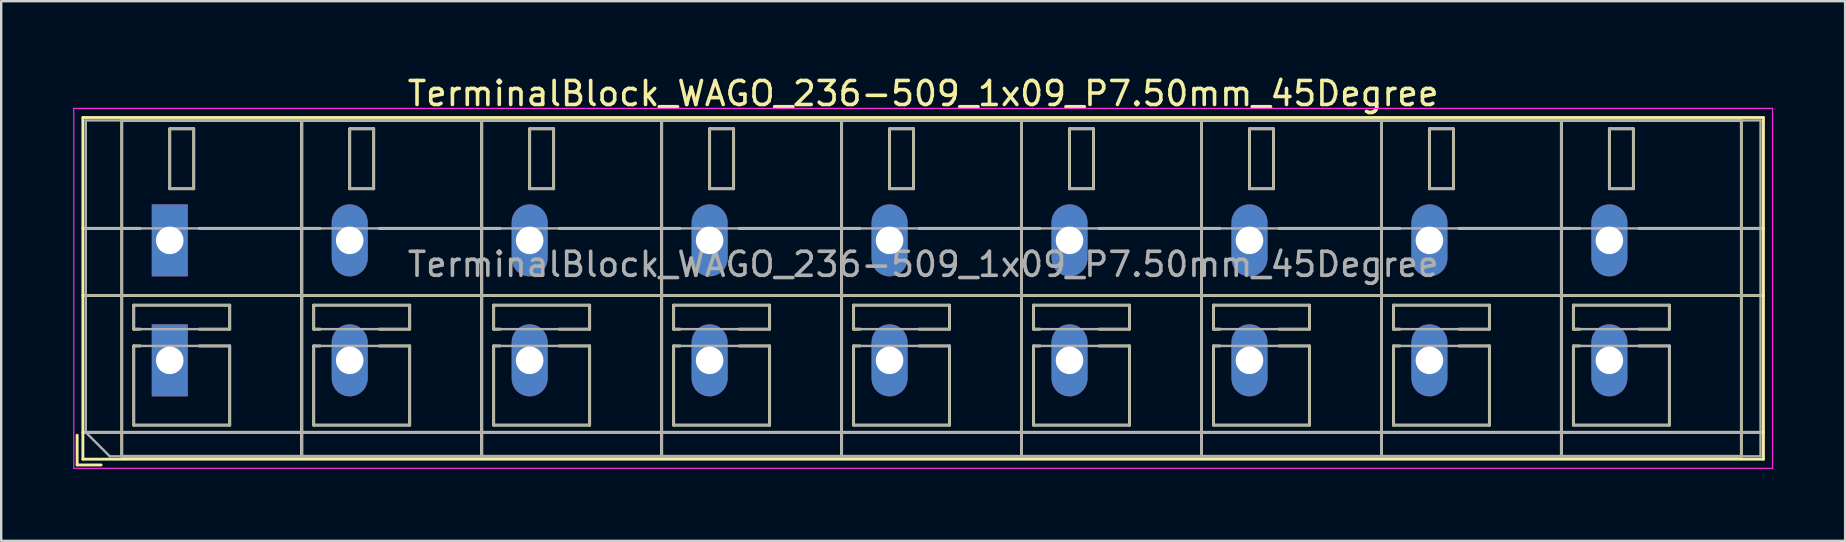
<source format=kicad_pcb>
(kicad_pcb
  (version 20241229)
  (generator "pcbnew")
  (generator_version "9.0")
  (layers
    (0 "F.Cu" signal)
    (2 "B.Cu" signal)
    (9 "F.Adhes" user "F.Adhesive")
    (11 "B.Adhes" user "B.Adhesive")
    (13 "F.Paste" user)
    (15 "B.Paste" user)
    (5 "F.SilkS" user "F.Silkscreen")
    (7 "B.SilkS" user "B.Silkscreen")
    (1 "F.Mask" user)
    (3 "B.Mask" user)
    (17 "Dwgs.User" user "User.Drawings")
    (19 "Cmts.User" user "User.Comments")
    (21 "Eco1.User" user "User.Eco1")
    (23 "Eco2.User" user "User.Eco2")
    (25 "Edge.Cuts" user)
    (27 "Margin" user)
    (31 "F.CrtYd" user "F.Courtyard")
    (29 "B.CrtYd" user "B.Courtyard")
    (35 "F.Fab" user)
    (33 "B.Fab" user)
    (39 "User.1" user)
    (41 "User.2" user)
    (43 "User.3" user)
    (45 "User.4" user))
  (footprint "TerminalBlock_WAGO_236-509_1x09_P7.50mm_45Degree"
    (layer "F.Cu")
    (at 4.025 6.968)
    (property "Reference" "TerminalBlock_WAGO_236-509_1x09_P7.50mm_45Degree" (at 31.4 -6.12 0) (layer "F.SilkS") (effects (font (size 1 1) (thickness 0.15))))
    (attr through_hole)
    (fp_line (start -3.86 8.12) (end -3.86 9.36) (stroke (width 0.12) (type solid)) (layer "F.SilkS"))
    (fp_line (start -3.86 9.36) (end -2.86 9.36) (stroke (width 0.12) (type solid)) (layer "F.SilkS"))
    (fp_line (start -3.62 -5.12) (end -3.62 9.12) (stroke (width 0.12) (type solid)) (layer "F.SilkS"))
    (fp_line (start -3.62 -5.12) (end 66.42 -5.12) (stroke (width 0.12) (type solid)) (layer "F.SilkS"))
    (fp_line (start -3.62 -0.5) (end -1.23 -0.5) (stroke (width 0.12) (type solid)) (layer "F.SilkS"))
    (fp_line (start -3.62 2.3) (end 66.42 2.3) (stroke (width 0.12) (type solid)) (layer "F.SilkS"))
    (fp_line (start -3.62 8) (end 66.42 8) (stroke (width 0.12) (type solid)) (layer "F.SilkS"))
    (fp_line (start -3.62 9.12) (end 66.42 9.12) (stroke (width 0.12) (type solid)) (layer "F.SilkS"))
    (fp_line (start -2 -5) (end -2 9) (stroke (width 0.12) (type solid)) (layer "F.SilkS"))
    (fp_line (start -2 -5) (end 5.5 -5) (stroke (width 0.12) (type solid)) (layer "F.SilkS"))
    (fp_line (start -2 9) (end 5.5 9) (stroke (width 0.12) (type solid)) (layer "F.SilkS"))
    (fp_line (start -1.5 2.7) (end -1.5 3.7) (stroke (width 0.12) (type solid)) (layer "F.SilkS"))
    (fp_line (start -1.5 2.7) (end 2.5 2.7) (stroke (width 0.12) (type solid)) (layer "F.SilkS"))
    (fp_line (start -1.5 3.7) (end -1.23 3.7) (stroke (width 0.12) (type solid)) (layer "F.SilkS"))
    (fp_line (start -1.5 4.4) (end -1.5 7.7) (stroke (width 0.12) (type solid)) (layer "F.SilkS"))
    (fp_line (start -1.5 4.4) (end -1.23 4.4) (stroke (width 0.12) (type solid)) (layer "F.SilkS"))
    (fp_line (start -1.5 7.7) (end 2.5 7.7) (stroke (width 0.12) (type solid)) (layer "F.SilkS"))
    (fp_line (start 0 -4.65) (end 0 -2.151) (stroke (width 0.12) (type solid)) (layer "F.SilkS"))
    (fp_line (start 0 -4.65) (end 1 -4.65) (stroke (width 0.12) (type solid)) (layer "F.SilkS"))
    (fp_line (start 0 -2.151) (end 1 -2.151) (stroke (width 0.12) (type solid)) (layer "F.SilkS"))
    (fp_line (start 1 -4.65) (end 1 -2.151) (stroke (width 0.12) (type solid)) (layer "F.SilkS"))
    (fp_line (start 1.23 -0.5) (end 6.27 -0.5) (stroke (width 0.12) (type solid)) (layer "F.SilkS"))
    (fp_line (start 1.23 3.7) (end 2.5 3.7) (stroke (width 0.12) (type solid)) (layer "F.SilkS"))
    (fp_line (start 1.23 4.4) (end 2.5 4.4) (stroke (width 0.12) (type solid)) (layer "F.SilkS"))
    (fp_line (start 2.5 2.7) (end 2.5 3.7) (stroke (width 0.12) (type solid)) (layer "F.SilkS"))
    (fp_line (start 2.5 4.4) (end 2.5 7.7) (stroke (width 0.12) (type solid)) (layer "F.SilkS"))
    (fp_line (start 5.5 -5) (end 5.5 9) (stroke (width 0.12) (type solid)) (layer "F.SilkS"))
    (fp_line (start 5.5 -5) (end 5.5 9) (stroke (width 0.12) (type solid)) (layer "F.SilkS"))
    (fp_line (start 5.5 -5) (end 13 -5) (stroke (width 0.12) (type solid)) (layer "F.SilkS"))
    (fp_line (start 5.5 9) (end 13 9) (stroke (width 0.12) (type solid)) (layer "F.SilkS"))
    (fp_line (start 6 2.7) (end 6 3.7) (stroke (width 0.12) (type solid)) (layer "F.SilkS"))
    (fp_line (start 6 2.7) (end 10 2.7) (stroke (width 0.12) (type solid)) (layer "F.SilkS"))
    (fp_line (start 6 3.7) (end 6.27 3.7) (stroke (width 0.12) (type solid)) (layer "F.SilkS"))
    (fp_line (start 6 4.4) (end 6 7.7) (stroke (width 0.12) (type solid)) (layer "F.SilkS"))
    (fp_line (start 6 4.4) (end 6.27 4.4) (stroke (width 0.12) (type solid)) (layer "F.SilkS"))
    (fp_line (start 6 7.7) (end 10 7.7) (stroke (width 0.12) (type solid)) (layer "F.SilkS"))
    (fp_line (start 7.5 -4.65) (end 7.5 -2.151) (stroke (width 0.12) (type solid)) (layer "F.SilkS"))
    (fp_line (start 7.5 -4.65) (end 8.5 -4.65) (stroke (width 0.12) (type solid)) (layer "F.SilkS"))
    (fp_line (start 7.5 -2.151) (end 8.5 -2.151) (stroke (width 0.12) (type solid)) (layer "F.SilkS"))
    (fp_line (start 8.5 -4.65) (end 8.5 -2.151) (stroke (width 0.12) (type solid)) (layer "F.SilkS"))
    (fp_line (start 8.73 -0.5) (end 13.77 -0.5) (stroke (width 0.12) (type solid)) (layer "F.SilkS"))
    (fp_line (start 8.73 3.7) (end 10 3.7) (stroke (width 0.12) (type solid)) (layer "F.SilkS"))
    (fp_line (start 8.73 4.4) (end 10 4.4) (stroke (width 0.12) (type solid)) (layer "F.SilkS"))
    (fp_line (start 10 2.7) (end 10 3.7) (stroke (width 0.12) (type solid)) (layer "F.SilkS"))
    (fp_line (start 10 4.4) (end 10 7.7) (stroke (width 0.12) (type solid)) (layer "F.SilkS"))
    (fp_line (start 13 -5) (end 13 9) (stroke (width 0.12) (type solid)) (layer "F.SilkS"))
    (fp_line (start 13 -5) (end 13 9) (stroke (width 0.12) (type solid)) (layer "F.SilkS"))
    (fp_line (start 13 -5) (end 20.5 -5) (stroke (width 0.12) (type solid)) (layer "F.SilkS"))
    (fp_line (start 13 9) (end 20.5 9) (stroke (width 0.12) (type solid)) (layer "F.SilkS"))
    (fp_line (start 13.5 2.7) (end 13.5 3.7) (stroke (width 0.12) (type solid)) (layer "F.SilkS"))
    (fp_line (start 13.5 2.7) (end 17.5 2.7) (stroke (width 0.12) (type solid)) (layer "F.SilkS"))
    (fp_line (start 13.5 3.7) (end 13.77 3.7) (stroke (width 0.12) (type solid)) (layer "F.SilkS"))
    (fp_line (start 13.5 4.4) (end 13.5 7.7) (stroke (width 0.12) (type solid)) (layer "F.SilkS"))
    (fp_line (start 13.5 4.4) (end 13.77 4.4) (stroke (width 0.12) (type solid)) (layer "F.SilkS"))
    (fp_line (start 13.5 7.7) (end 17.5 7.7) (stroke (width 0.12) (type solid)) (layer "F.SilkS"))
    (fp_line (start 15 -4.65) (end 15 -2.151) (stroke (width 0.12) (type solid)) (layer "F.SilkS"))
    (fp_line (start 15 -4.65) (end 16 -4.65) (stroke (width 0.12) (type solid)) (layer "F.SilkS"))
    (fp_line (start 15 -2.151) (end 16 -2.151) (stroke (width 0.12) (type solid)) (layer "F.SilkS"))
    (fp_line (start 16 -4.65) (end 16 -2.151) (stroke (width 0.12) (type solid)) (layer "F.SilkS"))
    (fp_line (start 16.23 -0.5) (end 21.27 -0.5) (stroke (width 0.12) (type solid)) (layer "F.SilkS"))
    (fp_line (start 16.23 3.7) (end 17.5 3.7) (stroke (width 0.12) (type solid)) (layer "F.SilkS"))
    (fp_line (start 16.23 4.4) (end 17.5 4.4) (stroke (width 0.12) (type solid)) (layer "F.SilkS"))
    (fp_line (start 17.5 2.7) (end 17.5 3.7) (stroke (width 0.12) (type solid)) (layer "F.SilkS"))
    (fp_line (start 17.5 4.4) (end 17.5 7.7) (stroke (width 0.12) (type solid)) (layer "F.SilkS"))
    (fp_line (start 20.5 -5) (end 20.5 9) (stroke (width 0.12) (type solid)) (layer "F.SilkS"))
    (fp_line (start 20.5 -5) (end 20.5 9) (stroke (width 0.12) (type solid)) (layer "F.SilkS"))
    (fp_line (start 20.5 -5) (end 28 -5) (stroke (width 0.12) (type solid)) (layer "F.SilkS"))
    (fp_line (start 20.5 9) (end 28 9) (stroke (width 0.12) (type solid)) (layer "F.SilkS"))
    (fp_line (start 21 2.7) (end 21 3.7) (stroke (width 0.12) (type solid)) (layer "F.SilkS"))
    (fp_line (start 21 2.7) (end 25 2.7) (stroke (width 0.12) (type solid)) (layer "F.SilkS"))
    (fp_line (start 21 3.7) (end 21.27 3.7) (stroke (width 0.12) (type solid)) (layer "F.SilkS"))
    (fp_line (start 21 4.4) (end 21 7.7) (stroke (width 0.12) (type solid)) (layer "F.SilkS"))
    (fp_line (start 21 4.4) (end 21.27 4.4) (stroke (width 0.12) (type solid)) (layer "F.SilkS"))
    (fp_line (start 21 7.7) (end 25 7.7) (stroke (width 0.12) (type solid)) (layer "F.SilkS"))
    (fp_line (start 22.5 -4.65) (end 22.5 -2.151) (stroke (width 0.12) (type solid)) (layer "F.SilkS"))
    (fp_line (start 22.5 -4.65) (end 23.5 -4.65) (stroke (width 0.12) (type solid)) (layer "F.SilkS"))
    (fp_line (start 22.5 -2.151) (end 23.5 -2.151) (stroke (width 0.12) (type solid)) (layer "F.SilkS"))
    (fp_line (start 23.5 -4.65) (end 23.5 -2.151) (stroke (width 0.12) (type solid)) (layer "F.SilkS"))
    (fp_line (start 23.73 -0.5) (end 28.77 -0.5) (stroke (width 0.12) (type solid)) (layer "F.SilkS"))
    (fp_line (start 23.73 3.7) (end 25 3.7) (stroke (width 0.12) (type solid)) (layer "F.SilkS"))
    (fp_line (start 23.73 4.4) (end 25 4.4) (stroke (width 0.12) (type solid)) (layer "F.SilkS"))
    (fp_line (start 25 2.7) (end 25 3.7) (stroke (width 0.12) (type solid)) (layer "F.SilkS"))
    (fp_line (start 25 4.4) (end 25 7.7) (stroke (width 0.12) (type solid)) (layer "F.SilkS"))
    (fp_line (start 28 -5) (end 28 9) (stroke (width 0.12) (type solid)) (layer "F.SilkS"))
    (fp_line (start 28 -5) (end 28 9) (stroke (width 0.12) (type solid)) (layer "F.SilkS"))
    (fp_line (start 28 -5) (end 35.5 -5) (stroke (width 0.12) (type solid)) (layer "F.SilkS"))
    (fp_line (start 28 9) (end 35.5 9) (stroke (width 0.12) (type solid)) (layer "F.SilkS"))
    (fp_line (start 28.5 2.7) (end 28.5 3.7) (stroke (width 0.12) (type solid)) (layer "F.SilkS"))
    (fp_line (start 28.5 2.7) (end 32.5 2.7) (stroke (width 0.12) (type solid)) (layer "F.SilkS"))
    (fp_line (start 28.5 3.7) (end 28.77 3.7) (stroke (width 0.12) (type solid)) (layer "F.SilkS"))
    (fp_line (start 28.5 4.4) (end 28.5 7.7) (stroke (width 0.12) (type solid)) (layer "F.SilkS"))
    (fp_line (start 28.5 4.4) (end 28.77 4.4) (stroke (width 0.12) (type solid)) (layer "F.SilkS"))
    (fp_line (start 28.5 7.7) (end 32.5 7.7) (stroke (width 0.12) (type solid)) (layer "F.SilkS"))
    (fp_line (start 30 -4.65) (end 30 -2.151) (stroke (width 0.12) (type solid)) (layer "F.SilkS"))
    (fp_line (start 30 -4.65) (end 31 -4.65) (stroke (width 0.12) (type solid)) (layer "F.SilkS"))
    (fp_line (start 30 -2.151) (end 31 -2.151) (stroke (width 0.12) (type solid)) (layer "F.SilkS"))
    (fp_line (start 31 -4.65) (end 31 -2.151) (stroke (width 0.12) (type solid)) (layer "F.SilkS"))
    (fp_line (start 31.23 -0.5) (end 36.27 -0.5) (stroke (width 0.12) (type solid)) (layer "F.SilkS"))
    (fp_line (start 31.23 3.7) (end 32.5 3.7) (stroke (width 0.12) (type solid)) (layer "F.SilkS"))
    (fp_line (start 31.23 4.4) (end 32.5 4.4) (stroke (width 0.12) (type solid)) (layer "F.SilkS"))
    (fp_line (start 32.5 2.7) (end 32.5 3.7) (stroke (width 0.12) (type solid)) (layer "F.SilkS"))
    (fp_line (start 32.5 4.4) (end 32.5 7.7) (stroke (width 0.12) (type solid)) (layer "F.SilkS"))
    (fp_line (start 35.5 -5) (end 35.5 9) (stroke (width 0.12) (type solid)) (layer "F.SilkS"))
    (fp_line (start 35.5 -5) (end 35.5 9) (stroke (width 0.12) (type solid)) (layer "F.SilkS"))
    (fp_line (start 35.5 -5) (end 43 -5) (stroke (width 0.12) (type solid)) (layer "F.SilkS"))
    (fp_line (start 35.5 9) (end 43 9) (stroke (width 0.12) (type solid)) (layer "F.SilkS"))
    (fp_line (start 36 2.7) (end 36 3.7) (stroke (width 0.12) (type solid)) (layer "F.SilkS"))
    (fp_line (start 36 2.7) (end 40 2.7) (stroke (width 0.12) (type solid)) (layer "F.SilkS"))
    (fp_line (start 36 3.7) (end 36.27 3.7) (stroke (width 0.12) (type solid)) (layer "F.SilkS"))
    (fp_line (start 36 4.4) (end 36 7.7) (stroke (width 0.12) (type solid)) (layer "F.SilkS"))
    (fp_line (start 36 4.4) (end 36.27 4.4) (stroke (width 0.12) (type solid)) (layer "F.SilkS"))
    (fp_line (start 36 7.7) (end 40 7.7) (stroke (width 0.12) (type solid)) (layer "F.SilkS"))
    (fp_line (start 37.5 -4.65) (end 37.5 -2.151) (stroke (width 0.12) (type solid)) (layer "F.SilkS"))
    (fp_line (start 37.5 -4.65) (end 38.5 -4.65) (stroke (width 0.12) (type solid)) (layer "F.SilkS"))
    (fp_line (start 37.5 -2.151) (end 38.5 -2.151) (stroke (width 0.12) (type solid)) (layer "F.SilkS"))
    (fp_line (start 38.5 -4.65) (end 38.5 -2.151) (stroke (width 0.12) (type solid)) (layer "F.SilkS"))
    (fp_line (start 38.73 -0.5) (end 43.77 -0.5) (stroke (width 0.12) (type solid)) (layer "F.SilkS"))
    (fp_line (start 38.73 3.7) (end 40 3.7) (stroke (width 0.12) (type solid)) (layer "F.SilkS"))
    (fp_line (start 38.73 4.4) (end 40 4.4) (stroke (width 0.12) (type solid)) (layer "F.SilkS"))
    (fp_line (start 40 2.7) (end 40 3.7) (stroke (width 0.12) (type solid)) (layer "F.SilkS"))
    (fp_line (start 40 4.4) (end 40 7.7) (stroke (width 0.12) (type solid)) (layer "F.SilkS"))
    (fp_line (start 43 -5) (end 43 9) (stroke (width 0.12) (type solid)) (layer "F.SilkS"))
    (fp_line (start 43 -5) (end 43 9) (stroke (width 0.12) (type solid)) (layer "F.SilkS"))
    (fp_line (start 43 -5) (end 50.5 -5) (stroke (width 0.12) (type solid)) (layer "F.SilkS"))
    (fp_line (start 43 9) (end 50.5 9) (stroke (width 0.12) (type solid)) (layer "F.SilkS"))
    (fp_line (start 43.5 2.7) (end 43.5 3.7) (stroke (width 0.12) (type solid)) (layer "F.SilkS"))
    (fp_line (start 43.5 2.7) (end 47.5 2.7) (stroke (width 0.12) (type solid)) (layer "F.SilkS"))
    (fp_line (start 43.5 3.7) (end 43.77 3.7) (stroke (width 0.12) (type solid)) (layer "F.SilkS"))
    (fp_line (start 43.5 4.4) (end 43.5 7.7) (stroke (width 0.12) (type solid)) (layer "F.SilkS"))
    (fp_line (start 43.5 4.4) (end 43.77 4.4) (stroke (width 0.12) (type solid)) (layer "F.SilkS"))
    (fp_line (start 43.5 7.7) (end 47.5 7.7) (stroke (width 0.12) (type solid)) (layer "F.SilkS"))
    (fp_line (start 45 -4.65) (end 45 -2.151) (stroke (width 0.12) (type solid)) (layer "F.SilkS"))
    (fp_line (start 45 -4.65) (end 46 -4.65) (stroke (width 0.12) (type solid)) (layer "F.SilkS"))
    (fp_line (start 45 -2.151) (end 46 -2.151) (stroke (width 0.12) (type solid)) (layer "F.SilkS"))
    (fp_line (start 46 -4.65) (end 46 -2.151) (stroke (width 0.12) (type solid)) (layer "F.SilkS"))
    (fp_line (start 46.23 -0.5) (end 51.27 -0.5) (stroke (width 0.12) (type solid)) (layer "F.SilkS"))
    (fp_line (start 46.23 3.7) (end 47.5 3.7) (stroke (width 0.12) (type solid)) (layer "F.SilkS"))
    (fp_line (start 46.23 4.4) (end 47.5 4.4) (stroke (width 0.12) (type solid)) (layer "F.SilkS"))
    (fp_line (start 47.5 2.7) (end 47.5 3.7) (stroke (width 0.12) (type solid)) (layer "F.SilkS"))
    (fp_line (start 47.5 4.4) (end 47.5 7.7) (stroke (width 0.12) (type solid)) (layer "F.SilkS"))
    (fp_line (start 50.5 -5) (end 50.5 9) (stroke (width 0.12) (type solid)) (layer "F.SilkS"))
    (fp_line (start 50.5 -5) (end 50.5 9) (stroke (width 0.12) (type solid)) (layer "F.SilkS"))
    (fp_line (start 50.5 -5) (end 58 -5) (stroke (width 0.12) (type solid)) (layer "F.SilkS"))
    (fp_line (start 50.5 9) (end 58 9) (stroke (width 0.12) (type solid)) (layer "F.SilkS"))
    (fp_line (start 51 2.7) (end 51 3.7) (stroke (width 0.12) (type solid)) (layer "F.SilkS"))
    (fp_line (start 51 2.7) (end 55 2.7) (stroke (width 0.12) (type solid)) (layer "F.SilkS"))
    (fp_line (start 51 3.7) (end 51.27 3.7) (stroke (width 0.12) (type solid)) (layer "F.SilkS"))
    (fp_line (start 51 4.4) (end 51 7.7) (stroke (width 0.12) (type solid)) (layer "F.SilkS"))
    (fp_line (start 51 4.4) (end 51.27 4.4) (stroke (width 0.12) (type solid)) (layer "F.SilkS"))
    (fp_line (start 51 7.7) (end 55 7.7) (stroke (width 0.12) (type solid)) (layer "F.SilkS"))
    (fp_line (start 52.5 -4.65) (end 52.5 -2.151) (stroke (width 0.12) (type solid)) (layer "F.SilkS"))
    (fp_line (start 52.5 -4.65) (end 53.5 -4.65) (stroke (width 0.12) (type solid)) (layer "F.SilkS"))
    (fp_line (start 52.5 -2.151) (end 53.5 -2.151) (stroke (width 0.12) (type solid)) (layer "F.SilkS"))
    (fp_line (start 53.5 -4.65) (end 53.5 -2.151) (stroke (width 0.12) (type solid)) (layer "F.SilkS"))
    (fp_line (start 53.73 -0.5) (end 58.77 -0.5) (stroke (width 0.12) (type solid)) (layer "F.SilkS"))
    (fp_line (start 53.73 3.7) (end 55 3.7) (stroke (width 0.12) (type solid)) (layer "F.SilkS"))
    (fp_line (start 53.73 4.4) (end 55 4.4) (stroke (width 0.12) (type solid)) (layer "F.SilkS"))
    (fp_line (start 55 2.7) (end 55 3.7) (stroke (width 0.12) (type solid)) (layer "F.SilkS"))
    (fp_line (start 55 4.4) (end 55 7.7) (stroke (width 0.12) (type solid)) (layer "F.SilkS"))
    (fp_line (start 58 -5) (end 58 9) (stroke (width 0.12) (type solid)) (layer "F.SilkS"))
    (fp_line (start 58 -5) (end 58 9) (stroke (width 0.12) (type solid)) (layer "F.SilkS"))
    (fp_line (start 58 -5) (end 65.5 -5) (stroke (width 0.12) (type solid)) (layer "F.SilkS"))
    (fp_line (start 58 9) (end 65.5 9) (stroke (width 0.12) (type solid)) (layer "F.SilkS"))
    (fp_line (start 58.5 2.7) (end 58.5 3.7) (stroke (width 0.12) (type solid)) (layer "F.SilkS"))
    (fp_line (start 58.5 2.7) (end 62.5 2.7) (stroke (width 0.12) (type solid)) (layer "F.SilkS"))
    (fp_line (start 58.5 3.7) (end 58.77 3.7) (stroke (width 0.12) (type solid)) (layer "F.SilkS"))
    (fp_line (start 58.5 4.4) (end 58.5 7.7) (stroke (width 0.12) (type solid)) (layer "F.SilkS"))
    (fp_line (start 58.5 4.4) (end 58.77 4.4) (stroke (width 0.12) (type solid)) (layer "F.SilkS"))
    (fp_line (start 58.5 7.7) (end 62.5 7.7) (stroke (width 0.12) (type solid)) (layer "F.SilkS"))
    (fp_line (start 60 -4.65) (end 60 -2.151) (stroke (width 0.12) (type solid)) (layer "F.SilkS"))
    (fp_line (start 60 -4.65) (end 61 -4.65) (stroke (width 0.12) (type solid)) (layer "F.SilkS"))
    (fp_line (start 60 -2.151) (end 61 -2.151) (stroke (width 0.12) (type solid)) (layer "F.SilkS"))
    (fp_line (start 61 -4.65) (end 61 -2.151) (stroke (width 0.12) (type solid)) (layer "F.SilkS"))
    (fp_line (start 61.23 -0.5) (end 66.42 -0.5) (stroke (width 0.12) (type solid)) (layer "F.SilkS"))
    (fp_line (start 61.23 3.7) (end 62.5 3.7) (stroke (width 0.12) (type solid)) (layer "F.SilkS"))
    (fp_line (start 61.23 4.4) (end 62.5 4.4) (stroke (width 0.12) (type solid)) (layer "F.SilkS"))
    (fp_line (start 62.5 2.7) (end 62.5 3.7) (stroke (width 0.12) (type solid)) (layer "F.SilkS"))
    (fp_line (start 62.5 4.4) (end 62.5 7.7) (stroke (width 0.12) (type solid)) (layer "F.SilkS"))
    (fp_line (start 65.5 -5) (end 65.5 9) (stroke (width 0.12) (type solid)) (layer "F.SilkS"))
    (fp_line (start 66.42 -5.12) (end 66.42 9.12) (stroke (width 0.12) (type solid)) (layer "F.SilkS"))
    (fp_line (start -4 -5.5) (end -4 9.5) (stroke (width 0.05) (type solid)) (layer "F.CrtYd"))
    (fp_line (start -4 9.5) (end 66.8 9.5) (stroke (width 0.05) (type solid)) (layer "F.CrtYd"))
    (fp_line (start 66.8 -5.5) (end -4 -5.5) (stroke (width 0.05) (type solid)) (layer "F.CrtYd"))
    (fp_line (start 66.8 9.5) (end 66.8 -5.5) (stroke (width 0.05) (type solid)) (layer "F.CrtYd"))
    (fp_line (start -3.5 -5) (end 66.3 -5) (stroke (width 0.1) (type solid)) (layer "F.Fab"))
    (fp_line (start -3.5 -0.5) (end 66.3 -0.5) (stroke (width 0.1) (type solid)) (layer "F.Fab"))
    (fp_line (start -3.5 2.3) (end 66.3 2.3) (stroke (width 0.1) (type solid)) (layer "F.Fab"))
    (fp_line (start -3.5 8) (end -3.5 -5) (stroke (width 0.1) (type solid)) (layer "F.Fab"))
    (fp_line (start -3.5 8) (end 66.3 8) (stroke (width 0.1) (type solid)) (layer "F.Fab"))
    (fp_line (start -2.5 9) (end -3.5 8) (stroke (width 0.1) (type solid)) (layer "F.Fab"))
    (fp_line (start -2 -5) (end -2 9) (stroke (width 0.1) (type solid)) (layer "F.Fab"))
    (fp_line (start -2 9) (end 5.5 9) (stroke (width 0.1) (type solid)) (layer "F.Fab"))
    (fp_line (start -1.5 2.7) (end -1.5 3.7) (stroke (width 0.1) (type solid)) (layer "F.Fab"))
    (fp_line (start -1.5 3.7) (end 2.5 3.7) (stroke (width 0.1) (type solid)) (layer "F.Fab"))
    (fp_line (start -1.5 4.4) (end -1.5 7.7) (stroke (width 0.1) (type solid)) (layer "F.Fab"))
    (fp_line (start -1.5 7.7) (end 2.5 7.7) (stroke (width 0.1) (type solid)) (layer "F.Fab"))
    (fp_line (start 0 -4.65) (end 0 -2.15) (stroke (width 0.1) (type solid)) (layer "F.Fab"))
    (fp_line (start 0 -2.15) (end 1 -2.15) (stroke (width 0.1) (type solid)) (layer "F.Fab"))
    (fp_line (start 1 -4.65) (end 0 -4.65) (stroke (width 0.1) (type solid)) (layer "F.Fab"))
    (fp_line (start 1 -2.15) (end 1 -4.65) (stroke (width 0.1) (type solid)) (layer "F.Fab"))
    (fp_line (start 2.5 2.7) (end -1.5 2.7) (stroke (width 0.1) (type solid)) (layer "F.Fab"))
    (fp_line (start 2.5 3.7) (end 2.5 2.7) (stroke (width 0.1) (type solid)) (layer "F.Fab"))
    (fp_line (start 2.5 4.4) (end -1.5 4.4) (stroke (width 0.1) (type solid)) (layer "F.Fab"))
    (fp_line (start 2.5 7.7) (end 2.5 4.4) (stroke (width 0.1) (type solid)) (layer "F.Fab"))
    (fp_line (start 5.5 -5) (end -2 -5) (stroke (width 0.1) (type solid)) (layer "F.Fab"))
    (fp_line (start 5.5 -5) (end 5.5 9) (stroke (width 0.1) (type solid)) (layer "F.Fab"))
    (fp_line (start 5.5 9) (end 5.5 -5) (stroke (width 0.1) (type solid)) (layer "F.Fab"))
    (fp_line (start 5.5 9) (end 13 9) (stroke (width 0.1) (type solid)) (layer "F.Fab"))
    (fp_line (start 6 2.7) (end 6 3.7) (stroke (width 0.1) (type solid)) (layer "F.Fab"))
    (fp_line (start 6 3.7) (end 10 3.7) (stroke (width 0.1) (type solid)) (layer "F.Fab"))
    (fp_line (start 6 4.4) (end 6 7.7) (stroke (width 0.1) (type solid)) (layer "F.Fab"))
    (fp_line (start 6 7.7) (end 10 7.7) (stroke (width 0.1) (type solid)) (layer "F.Fab"))
    (fp_line (start 7.5 -4.65) (end 7.5 -2.15) (stroke (width 0.1) (type solid)) (layer "F.Fab"))
    (fp_line (start 7.5 -2.15) (end 8.5 -2.15) (stroke (width 0.1) (type solid)) (layer "F.Fab"))
    (fp_line (start 8.5 -4.65) (end 7.5 -4.65) (stroke (width 0.1) (type solid)) (layer "F.Fab"))
    (fp_line (start 8.5 -2.15) (end 8.5 -4.65) (stroke (width 0.1) (type solid)) (layer "F.Fab"))
    (fp_line (start 10 2.7) (end 6 2.7) (stroke (width 0.1) (type solid)) (layer "F.Fab"))
    (fp_line (start 10 3.7) (end 10 2.7) (stroke (width 0.1) (type solid)) (layer "F.Fab"))
    (fp_line (start 10 4.4) (end 6 4.4) (stroke (width 0.1) (type solid)) (layer "F.Fab"))
    (fp_line (start 10 7.7) (end 10 4.4) (stroke (width 0.1) (type solid)) (layer "F.Fab"))
    (fp_line (start 13 -5) (end 5.5 -5) (stroke (width 0.1) (type solid)) (layer "F.Fab"))
    (fp_line (start 13 -5) (end 13 9) (stroke (width 0.1) (type solid)) (layer "F.Fab"))
    (fp_line (start 13 9) (end 13 -5) (stroke (width 0.1) (type solid)) (layer "F.Fab"))
    (fp_line (start 13 9) (end 20.5 9) (stroke (width 0.1) (type solid)) (layer "F.Fab"))
    (fp_line (start 13.5 2.7) (end 13.5 3.7) (stroke (width 0.1) (type solid)) (layer "F.Fab"))
    (fp_line (start 13.5 3.7) (end 17.5 3.7) (stroke (width 0.1) (type solid)) (layer "F.Fab"))
    (fp_line (start 13.5 4.4) (end 13.5 7.7) (stroke (width 0.1) (type solid)) (layer "F.Fab"))
    (fp_line (start 13.5 7.7) (end 17.5 7.7) (stroke (width 0.1) (type solid)) (layer "F.Fab"))
    (fp_line (start 15 -4.65) (end 15 -2.15) (stroke (width 0.1) (type solid)) (layer "F.Fab"))
    (fp_line (start 15 -2.15) (end 16 -2.15) (stroke (width 0.1) (type solid)) (layer "F.Fab"))
    (fp_line (start 16 -4.65) (end 15 -4.65) (stroke (width 0.1) (type solid)) (layer "F.Fab"))
    (fp_line (start 16 -2.15) (end 16 -4.65) (stroke (width 0.1) (type solid)) (layer "F.Fab"))
    (fp_line (start 17.5 2.7) (end 13.5 2.7) (stroke (width 0.1) (type solid)) (layer "F.Fab"))
    (fp_line (start 17.5 3.7) (end 17.5 2.7) (stroke (width 0.1) (type solid)) (layer "F.Fab"))
    (fp_line (start 17.5 4.4) (end 13.5 4.4) (stroke (width 0.1) (type solid)) (layer "F.Fab"))
    (fp_line (start 17.5 7.7) (end 17.5 4.4) (stroke (width 0.1) (type solid)) (layer "F.Fab"))
    (fp_line (start 20.5 -5) (end 13 -5) (stroke (width 0.1) (type solid)) (layer "F.Fab"))
    (fp_line (start 20.5 -5) (end 20.5 9) (stroke (width 0.1) (type solid)) (layer "F.Fab"))
    (fp_line (start 20.5 9) (end 20.5 -5) (stroke (width 0.1) (type solid)) (layer "F.Fab"))
    (fp_line (start 20.5 9) (end 28 9) (stroke (width 0.1) (type solid)) (layer "F.Fab"))
    (fp_line (start 21 2.7) (end 21 3.7) (stroke (width 0.1) (type solid)) (layer "F.Fab"))
    (fp_line (start 21 3.7) (end 25 3.7) (stroke (width 0.1) (type solid)) (layer "F.Fab"))
    (fp_line (start 21 4.4) (end 21 7.7) (stroke (width 0.1) (type solid)) (layer "F.Fab"))
    (fp_line (start 21 7.7) (end 25 7.7) (stroke (width 0.1) (type solid)) (layer "F.Fab"))
    (fp_line (start 22.5 -4.65) (end 22.5 -2.15) (stroke (width 0.1) (type solid)) (layer "F.Fab"))
    (fp_line (start 22.5 -2.15) (end 23.5 -2.15) (stroke (width 0.1) (type solid)) (layer "F.Fab"))
    (fp_line (start 23.5 -4.65) (end 22.5 -4.65) (stroke (width 0.1) (type solid)) (layer "F.Fab"))
    (fp_line (start 23.5 -2.15) (end 23.5 -4.65) (stroke (width 0.1) (type solid)) (layer "F.Fab"))
    (fp_line (start 25 2.7) (end 21 2.7) (stroke (width 0.1) (type solid)) (layer "F.Fab"))
    (fp_line (start 25 3.7) (end 25 2.7) (stroke (width 0.1) (type solid)) (layer "F.Fab"))
    (fp_line (start 25 4.4) (end 21 4.4) (stroke (width 0.1) (type solid)) (layer "F.Fab"))
    (fp_line (start 25 7.7) (end 25 4.4) (stroke (width 0.1) (type solid)) (layer "F.Fab"))
    (fp_line (start 28 -5) (end 20.5 -5) (stroke (width 0.1) (type solid)) (layer "F.Fab"))
    (fp_line (start 28 -5) (end 28 9) (stroke (width 0.1) (type solid)) (layer "F.Fab"))
    (fp_line (start 28 9) (end 28 -5) (stroke (width 0.1) (type solid)) (layer "F.Fab"))
    (fp_line (start 28 9) (end 35.5 9) (stroke (width 0.1) (type solid)) (layer "F.Fab"))
    (fp_line (start 28.5 2.7) (end 28.5 3.7) (stroke (width 0.1) (type solid)) (layer "F.Fab"))
    (fp_line (start 28.5 3.7) (end 32.5 3.7) (stroke (width 0.1) (type solid)) (layer "F.Fab"))
    (fp_line (start 28.5 4.4) (end 28.5 7.7) (stroke (width 0.1) (type solid)) (layer "F.Fab"))
    (fp_line (start 28.5 7.7) (end 32.5 7.7) (stroke (width 0.1) (type solid)) (layer "F.Fab"))
    (fp_line (start 30 -4.65) (end 30 -2.15) (stroke (width 0.1) (type solid)) (layer "F.Fab"))
    (fp_line (start 30 -2.15) (end 31 -2.15) (stroke (width 0.1) (type solid)) (layer "F.Fab"))
    (fp_line (start 31 -4.65) (end 30 -4.65) (stroke (width 0.1) (type solid)) (layer "F.Fab"))
    (fp_line (start 31 -2.15) (end 31 -4.65) (stroke (width 0.1) (type solid)) (layer "F.Fab"))
    (fp_line (start 32.5 2.7) (end 28.5 2.7) (stroke (width 0.1) (type solid)) (layer "F.Fab"))
    (fp_line (start 32.5 3.7) (end 32.5 2.7) (stroke (width 0.1) (type solid)) (layer "F.Fab"))
    (fp_line (start 32.5 4.4) (end 28.5 4.4) (stroke (width 0.1) (type solid)) (layer "F.Fab"))
    (fp_line (start 32.5 7.7) (end 32.5 4.4) (stroke (width 0.1) (type solid)) (layer "F.Fab"))
    (fp_line (start 35.5 -5) (end 28 -5) (stroke (width 0.1) (type solid)) (layer "F.Fab"))
    (fp_line (start 35.5 -5) (end 35.5 9) (stroke (width 0.1) (type solid)) (layer "F.Fab"))
    (fp_line (start 35.5 9) (end 35.5 -5) (stroke (width 0.1) (type solid)) (layer "F.Fab"))
    (fp_line (start 35.5 9) (end 43 9) (stroke (width 0.1) (type solid)) (layer "F.Fab"))
    (fp_line (start 36 2.7) (end 36 3.7) (stroke (width 0.1) (type solid)) (layer "F.Fab"))
    (fp_line (start 36 3.7) (end 40 3.7) (stroke (width 0.1) (type solid)) (layer "F.Fab"))
    (fp_line (start 36 4.4) (end 36 7.7) (stroke (width 0.1) (type solid)) (layer "F.Fab"))
    (fp_line (start 36 7.7) (end 40 7.7) (stroke (width 0.1) (type solid)) (layer "F.Fab"))
    (fp_line (start 37.5 -4.65) (end 37.5 -2.15) (stroke (width 0.1) (type solid)) (layer "F.Fab"))
    (fp_line (start 37.5 -2.15) (end 38.5 -2.15) (stroke (width 0.1) (type solid)) (layer "F.Fab"))
    (fp_line (start 38.5 -4.65) (end 37.5 -4.65) (stroke (width 0.1) (type solid)) (layer "F.Fab"))
    (fp_line (start 38.5 -2.15) (end 38.5 -4.65) (stroke (width 0.1) (type solid)) (layer "F.Fab"))
    (fp_line (start 40 2.7) (end 36 2.7) (stroke (width 0.1) (type solid)) (layer "F.Fab"))
    (fp_line (start 40 3.7) (end 40 2.7) (stroke (width 0.1) (type solid)) (layer "F.Fab"))
    (fp_line (start 40 4.4) (end 36 4.4) (stroke (width 0.1) (type solid)) (layer "F.Fab"))
    (fp_line (start 40 7.7) (end 40 4.4) (stroke (width 0.1) (type solid)) (layer "F.Fab"))
    (fp_line (start 43 -5) (end 35.5 -5) (stroke (width 0.1) (type solid)) (layer "F.Fab"))
    (fp_line (start 43 -5) (end 43 9) (stroke (width 0.1) (type solid)) (layer "F.Fab"))
    (fp_line (start 43 9) (end 43 -5) (stroke (width 0.1) (type solid)) (layer "F.Fab"))
    (fp_line (start 43 9) (end 50.5 9) (stroke (width 0.1) (type solid)) (layer "F.Fab"))
    (fp_line (start 43.5 2.7) (end 43.5 3.7) (stroke (width 0.1) (type solid)) (layer "F.Fab"))
    (fp_line (start 43.5 3.7) (end 47.5 3.7) (stroke (width 0.1) (type solid)) (layer "F.Fab"))
    (fp_line (start 43.5 4.4) (end 43.5 7.7) (stroke (width 0.1) (type solid)) (layer "F.Fab"))
    (fp_line (start 43.5 7.7) (end 47.5 7.7) (stroke (width 0.1) (type solid)) (layer "F.Fab"))
    (fp_line (start 45 -4.65) (end 45 -2.15) (stroke (width 0.1) (type solid)) (layer "F.Fab"))
    (fp_line (start 45 -2.15) (end 46 -2.15) (stroke (width 0.1) (type solid)) (layer "F.Fab"))
    (fp_line (start 46 -4.65) (end 45 -4.65) (stroke (width 0.1) (type solid)) (layer "F.Fab"))
    (fp_line (start 46 -2.15) (end 46 -4.65) (stroke (width 0.1) (type solid)) (layer "F.Fab"))
    (fp_line (start 47.5 2.7) (end 43.5 2.7) (stroke (width 0.1) (type solid)) (layer "F.Fab"))
    (fp_line (start 47.5 3.7) (end 47.5 2.7) (stroke (width 0.1) (type solid)) (layer "F.Fab"))
    (fp_line (start 47.5 4.4) (end 43.5 4.4) (stroke (width 0.1) (type solid)) (layer "F.Fab"))
    (fp_line (start 47.5 7.7) (end 47.5 4.4) (stroke (width 0.1) (type solid)) (layer "F.Fab"))
    (fp_line (start 50.5 -5) (end 43 -5) (stroke (width 0.1) (type solid)) (layer "F.Fab"))
    (fp_line (start 50.5 -5) (end 50.5 9) (stroke (width 0.1) (type solid)) (layer "F.Fab"))
    (fp_line (start 50.5 9) (end 50.5 -5) (stroke (width 0.1) (type solid)) (layer "F.Fab"))
    (fp_line (start 50.5 9) (end 58 9) (stroke (width 0.1) (type solid)) (layer "F.Fab"))
    (fp_line (start 51 2.7) (end 51 3.7) (stroke (width 0.1) (type solid)) (layer "F.Fab"))
    (fp_line (start 51 3.7) (end 55 3.7) (stroke (width 0.1) (type solid)) (layer "F.Fab"))
    (fp_line (start 51 4.4) (end 51 7.7) (stroke (width 0.1) (type solid)) (layer "F.Fab"))
    (fp_line (start 51 7.7) (end 55 7.7) (stroke (width 0.1) (type solid)) (layer "F.Fab"))
    (fp_line (start 52.5 -4.65) (end 52.5 -2.15) (stroke (width 0.1) (type solid)) (layer "F.Fab"))
    (fp_line (start 52.5 -2.15) (end 53.5 -2.15) (stroke (width 0.1) (type solid)) (layer "F.Fab"))
    (fp_line (start 53.5 -4.65) (end 52.5 -4.65) (stroke (width 0.1) (type solid)) (layer "F.Fab"))
    (fp_line (start 53.5 -2.15) (end 53.5 -4.65) (stroke (width 0.1) (type solid)) (layer "F.Fab"))
    (fp_line (start 55 2.7) (end 51 2.7) (stroke (width 0.1) (type solid)) (layer "F.Fab"))
    (fp_line (start 55 3.7) (end 55 2.7) (stroke (width 0.1) (type solid)) (layer "F.Fab"))
    (fp_line (start 55 4.4) (end 51 4.4) (stroke (width 0.1) (type solid)) (layer "F.Fab"))
    (fp_line (start 55 7.7) (end 55 4.4) (stroke (width 0.1) (type solid)) (layer "F.Fab"))
    (fp_line (start 58 -5) (end 50.5 -5) (stroke (width 0.1) (type solid)) (layer "F.Fab"))
    (fp_line (start 58 -5) (end 58 9) (stroke (width 0.1) (type solid)) (layer "F.Fab"))
    (fp_line (start 58 9) (end 58 -5) (stroke (width 0.1) (type solid)) (layer "F.Fab"))
    (fp_line (start 58 9) (end 65.5 9) (stroke (width 0.1) (type solid)) (layer "F.Fab"))
    (fp_line (start 58.5 2.7) (end 58.5 3.7) (stroke (width 0.1) (type solid)) (layer "F.Fab"))
    (fp_line (start 58.5 3.7) (end 62.5 3.7) (stroke (width 0.1) (type solid)) (layer "F.Fab"))
    (fp_line (start 58.5 4.4) (end 58.5 7.7) (stroke (width 0.1) (type solid)) (layer "F.Fab"))
    (fp_line (start 58.5 7.7) (end 62.5 7.7) (stroke (width 0.1) (type solid)) (layer "F.Fab"))
    (fp_line (start 60 -4.65) (end 60 -2.15) (stroke (width 0.1) (type solid)) (layer "F.Fab"))
    (fp_line (start 60 -2.15) (end 61 -2.15) (stroke (width 0.1) (type solid)) (layer "F.Fab"))
    (fp_line (start 61 -4.65) (end 60 -4.65) (stroke (width 0.1) (type solid)) (layer "F.Fab"))
    (fp_line (start 61 -2.15) (end 61 -4.65) (stroke (width 0.1) (type solid)) (layer "F.Fab"))
    (fp_line (start 62.5 2.7) (end 58.5 2.7) (stroke (width 0.1) (type solid)) (layer "F.Fab"))
    (fp_line (start 62.5 3.7) (end 62.5 2.7) (stroke (width 0.1) (type solid)) (layer "F.Fab"))
    (fp_line (start 62.5 4.4) (end 58.5 4.4) (stroke (width 0.1) (type solid)) (layer "F.Fab"))
    (fp_line (start 62.5 7.7) (end 62.5 4.4) (stroke (width 0.1) (type solid)) (layer "F.Fab"))
    (fp_line (start 65.5 -5) (end 58 -5) (stroke (width 0.1) (type solid)) (layer "F.Fab"))
    (fp_line (start 65.5 9) (end 65.5 -5) (stroke (width 0.1) (type solid)) (layer "F.Fab"))
    (fp_line (start 66.3 -5) (end 66.3 9) (stroke (width 0.1) (type solid)) (layer "F.Fab"))
    (fp_line (start 66.3 9) (end -2.5 9) (stroke (width 0.1) (type solid)) (layer "F.Fab"))
    (fp_text user "${REFERENCE}" (at 31.4 1 0) (layer "F.Fab") (effects (font (size 1 1) (thickness 0.15))))
    (pad "1" thru_hole rect (at 0 0) (size 1.5 3) (drill 1.15) (layers "*.Cu" "*.Mask"))
    (pad "1" thru_hole rect (at 0 5) (size 1.5 3) (drill 1.15) (layers "*.Cu" "*.Mask"))
    (pad "2" thru_hole oval (at 7.5 0) (size 1.5 3) (drill 1.15) (layers "*.Cu" "*.Mask"))
    (pad "2" thru_hole oval (at 7.5 5) (size 1.5 3) (drill 1.15) (layers "*.Cu" "*.Mask"))
    (pad "3" thru_hole oval (at 15 0) (size 1.5 3) (drill 1.15) (layers "*.Cu" "*.Mask"))
    (pad "3" thru_hole oval (at 15 5) (size 1.5 3) (drill 1.15) (layers "*.Cu" "*.Mask"))
    (pad "4" thru_hole oval (at 22.5 0) (size 1.5 3) (drill 1.15) (layers "*.Cu" "*.Mask"))
    (pad "4" thru_hole oval (at 22.5 5) (size 1.5 3) (drill 1.15) (layers "*.Cu" "*.Mask"))
    (pad "5" thru_hole oval (at 30 0) (size 1.5 3) (drill 1.15) (layers "*.Cu" "*.Mask"))
    (pad "5" thru_hole oval (at 30 5) (size 1.5 3) (drill 1.15) (layers "*.Cu" "*.Mask"))
    (pad "6" thru_hole oval (at 37.5 0) (size 1.5 3) (drill 1.15) (layers "*.Cu" "*.Mask"))
    (pad "6" thru_hole oval (at 37.5 5) (size 1.5 3) (drill 1.15) (layers "*.Cu" "*.Mask"))
    (pad "7" thru_hole oval (at 45 0) (size 1.5 3) (drill 1.15) (layers "*.Cu" "*.Mask"))
    (pad "7" thru_hole oval (at 45 5) (size 1.5 3) (drill 1.15) (layers "*.Cu" "*.Mask"))
    (pad "8" thru_hole oval (at 52.5 0) (size 1.5 3) (drill 1.15) (layers "*.Cu" "*.Mask"))
    (pad "8" thru_hole oval (at 52.5 5) (size 1.5 3) (drill 1.15) (layers "*.Cu" "*.Mask"))
    (pad "9" thru_hole oval (at 60 0) (size 1.5 3) (drill 1.15) (layers "*.Cu" "*.Mask"))
    (pad "9" thru_hole oval (at 60 5) (size 1.5 3) (drill 1.15) (layers "*.Cu" "*.Mask")))
  (gr_rect
    (start -3 -3)
    (end 73.85 19.493)
    (stroke (width 0.1) (type default))
    (fill no)
    (layer "Edge.Cuts")))
</source>
